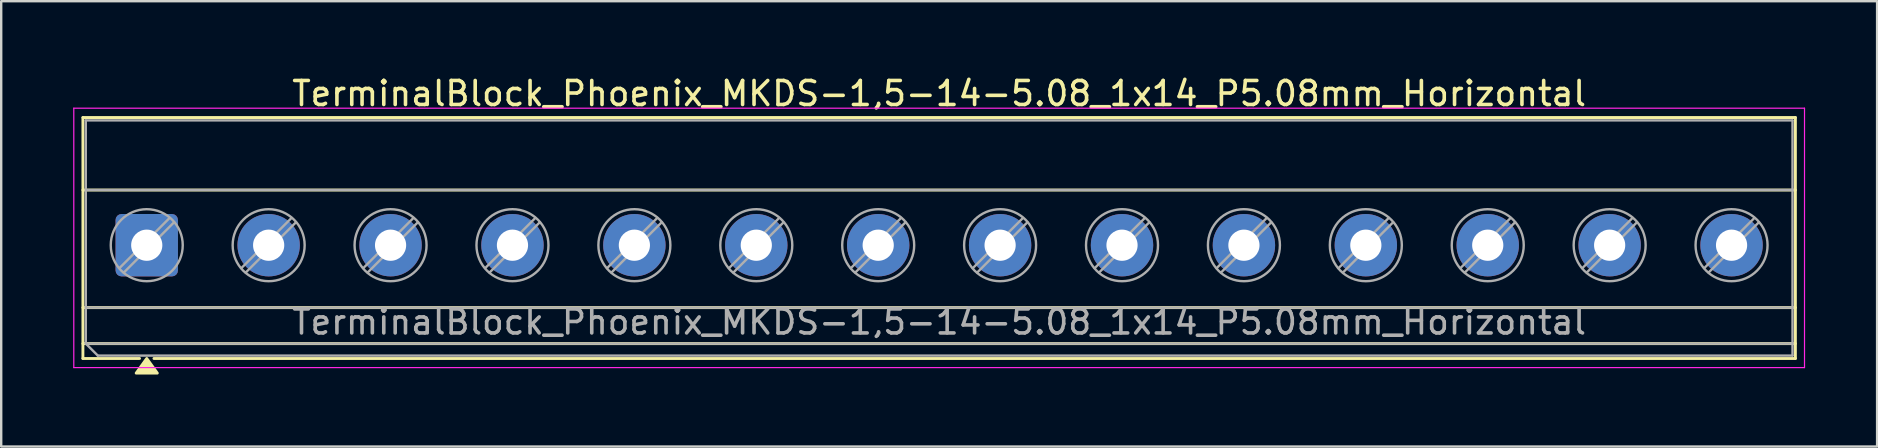
<source format=kicad_pcb>
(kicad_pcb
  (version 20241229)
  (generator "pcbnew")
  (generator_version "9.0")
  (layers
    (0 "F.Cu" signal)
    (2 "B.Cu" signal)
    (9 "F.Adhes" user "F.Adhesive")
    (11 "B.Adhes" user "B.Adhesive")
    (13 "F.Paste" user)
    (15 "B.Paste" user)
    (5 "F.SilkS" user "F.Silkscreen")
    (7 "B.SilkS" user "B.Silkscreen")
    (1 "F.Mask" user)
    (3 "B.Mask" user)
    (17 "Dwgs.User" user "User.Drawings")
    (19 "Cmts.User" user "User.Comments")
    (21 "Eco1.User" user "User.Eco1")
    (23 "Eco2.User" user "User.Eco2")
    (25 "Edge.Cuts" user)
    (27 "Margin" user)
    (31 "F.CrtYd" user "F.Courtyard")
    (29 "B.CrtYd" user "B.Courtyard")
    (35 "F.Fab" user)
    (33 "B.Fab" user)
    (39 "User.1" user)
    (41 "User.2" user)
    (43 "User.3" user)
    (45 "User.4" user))
  (footprint "TerminalBlock_Phoenix_MKDS-1,5-14-5.08_1x14_P5.08mm_Horizontal"
    (layer "F.Cu")
    (at 3.065 7.168)
    (property "Reference" "TerminalBlock_Phoenix_MKDS-1,5-14-5.08_1x14_P5.08mm_Horizontal" (at 33.02 -6.32 0) (layer "F.SilkS") (effects (font (size 1 1) (thickness 0.15))))
    (attr through_hole)
    (fp_line (start -2.66 -5.32) (end 68.7 -5.32) (stroke (width 0.12) (type solid)) (layer "F.SilkS"))
    (fp_line (start -2.66 -2.3) (end 68.7 -2.3) (stroke (width 0.12) (type solid)) (layer "F.SilkS"))
    (fp_line (start -2.66 2.6) (end 68.7 2.6) (stroke (width 0.12) (type solid)) (layer "F.SilkS"))
    (fp_line (start -2.66 4.1) (end 68.7 4.1) (stroke (width 0.12) (type solid)) (layer "F.SilkS"))
    (fp_line (start -2.66 4.72) (end -2.66 -5.32) (stroke (width 0.12) (type solid)) (layer "F.SilkS"))
    (fp_line (start -0.3 4.72) (end -2.66 4.72) (stroke (width 0.12) (type solid)) (layer "F.SilkS"))
    (fp_line (start 68.7 -5.32) (end 68.7 4.72) (stroke (width 0.12) (type solid)) (layer "F.SilkS"))
    (fp_line (start 68.7 4.72) (end 0.3 4.72) (stroke (width 0.12) (type solid)) (layer "F.SilkS"))
    (fp_poly (pts (xy 0 4.72) (xy 0.44 5.33) (xy -0.44 5.33)) (stroke (width 0.12) (type solid)) (fill yes) (layer "F.SilkS"))
    (fp_line (start -3.04 -5.71) (end -3.04 5.1) (stroke (width 0.05) (type solid)) (layer "F.CrtYd"))
    (fp_line (start -3.04 5.1) (end 69.08 5.1) (stroke (width 0.05) (type solid)) (layer "F.CrtYd"))
    (fp_line (start 69.08 -5.71) (end -3.04 -5.71) (stroke (width 0.05) (type solid)) (layer "F.CrtYd"))
    (fp_line (start 69.08 5.1) (end 69.08 -5.71) (stroke (width 0.05) (type solid)) (layer "F.CrtYd"))
    (fp_line (start -2.54 -5.2) (end 68.58 -5.2) (stroke (width 0.1) (type solid)) (layer "F.Fab"))
    (fp_line (start -2.54 -2.3) (end 68.58 -2.3) (stroke (width 0.1) (type solid)) (layer "F.Fab"))
    (fp_line (start -2.54 2.6) (end 68.58 2.6) (stroke (width 0.1) (type solid)) (layer "F.Fab"))
    (fp_line (start -2.54 4.1) (end -2.54 -5.2) (stroke (width 0.1) (type solid)) (layer "F.Fab"))
    (fp_line (start -2.54 4.1) (end 68.58 4.1) (stroke (width 0.1) (type solid)) (layer "F.Fab"))
    (fp_line (start -2.04 4.6) (end -2.54 4.1) (stroke (width 0.1) (type solid)) (layer "F.Fab"))
    (fp_line (start 0.955 -1.138) (end -1.138 0.955) (stroke (width 0.1) (type solid)) (layer "F.Fab"))
    (fp_line (start 1.138 -0.955) (end -0.955 1.138) (stroke (width 0.1) (type solid)) (layer "F.Fab"))
    (fp_line (start 6.035 -1.138) (end 3.942 0.955) (stroke (width 0.1) (type solid)) (layer "F.Fab"))
    (fp_line (start 6.218 -0.955) (end 4.125 1.138) (stroke (width 0.1) (type solid)) (layer "F.Fab"))
    (fp_line (start 11.115 -1.138) (end 9.022 0.955) (stroke (width 0.1) (type solid)) (layer "F.Fab"))
    (fp_line (start 11.298 -0.955) (end 9.205 1.138) (stroke (width 0.1) (type solid)) (layer "F.Fab"))
    (fp_line (start 16.195 -1.138) (end 14.102 0.955) (stroke (width 0.1) (type solid)) (layer "F.Fab"))
    (fp_line (start 16.378 -0.955) (end 14.285 1.138) (stroke (width 0.1) (type solid)) (layer "F.Fab"))
    (fp_line (start 21.275 -1.138) (end 19.182 0.955) (stroke (width 0.1) (type solid)) (layer "F.Fab"))
    (fp_line (start 21.458 -0.955) (end 19.365 1.138) (stroke (width 0.1) (type solid)) (layer "F.Fab"))
    (fp_line (start 26.355 -1.138) (end 24.262 0.955) (stroke (width 0.1) (type solid)) (layer "F.Fab"))
    (fp_line (start 26.538 -0.955) (end 24.445 1.138) (stroke (width 0.1) (type solid)) (layer "F.Fab"))
    (fp_line (start 31.435 -1.138) (end 29.342 0.955) (stroke (width 0.1) (type solid)) (layer "F.Fab"))
    (fp_line (start 31.618 -0.955) (end 29.525 1.138) (stroke (width 0.1) (type solid)) (layer "F.Fab"))
    (fp_line (start 36.515 -1.138) (end 34.422 0.955) (stroke (width 0.1) (type solid)) (layer "F.Fab"))
    (fp_line (start 36.698 -0.955) (end 34.605 1.138) (stroke (width 0.1) (type solid)) (layer "F.Fab"))
    (fp_line (start 41.595 -1.138) (end 39.502 0.955) (stroke (width 0.1) (type solid)) (layer "F.Fab"))
    (fp_line (start 41.778 -0.955) (end 39.685 1.138) (stroke (width 0.1) (type solid)) (layer "F.Fab"))
    (fp_line (start 46.675 -1.138) (end 44.582 0.955) (stroke (width 0.1) (type solid)) (layer "F.Fab"))
    (fp_line (start 46.858 -0.955) (end 44.765 1.138) (stroke (width 0.1) (type solid)) (layer "F.Fab"))
    (fp_line (start 51.755 -1.138) (end 49.662 0.955) (stroke (width 0.1) (type solid)) (layer "F.Fab"))
    (fp_line (start 51.938 -0.955) (end 49.845 1.138) (stroke (width 0.1) (type solid)) (layer "F.Fab"))
    (fp_line (start 56.835 -1.138) (end 54.742 0.955) (stroke (width 0.1) (type solid)) (layer "F.Fab"))
    (fp_line (start 57.018 -0.955) (end 54.925 1.138) (stroke (width 0.1) (type solid)) (layer "F.Fab"))
    (fp_line (start 61.915 -1.138) (end 59.822 0.955) (stroke (width 0.1) (type solid)) (layer "F.Fab"))
    (fp_line (start 62.098 -0.955) (end 60.005 1.138) (stroke (width 0.1) (type solid)) (layer "F.Fab"))
    (fp_line (start 66.995 -1.138) (end 64.902 0.955) (stroke (width 0.1) (type solid)) (layer "F.Fab"))
    (fp_line (start 67.178 -0.955) (end 65.085 1.138) (stroke (width 0.1) (type solid)) (layer "F.Fab"))
    (fp_line (start 68.58 -5.2) (end 68.58 4.6) (stroke (width 0.1) (type solid)) (layer "F.Fab"))
    (fp_line (start 68.58 4.6) (end -2.04 4.6) (stroke (width 0.1) (type solid)) (layer "F.Fab"))
    (fp_circle (center 0 0) (end 1.5 0) (stroke (width 0.1) (type solid)) (fill no) (layer "F.Fab"))
    (fp_circle (center 5.08 0) (end 6.58 0) (stroke (width 0.1) (type solid)) (fill no) (layer "F.Fab"))
    (fp_circle (center 10.16 0) (end 11.66 0) (stroke (width 0.1) (type solid)) (fill no) (layer "F.Fab"))
    (fp_circle (center 15.24 0) (end 16.74 0) (stroke (width 0.1) (type solid)) (fill no) (layer "F.Fab"))
    (fp_circle (center 20.32 0) (end 21.82 0) (stroke (width 0.1) (type solid)) (fill no) (layer "F.Fab"))
    (fp_circle (center 25.4 0) (end 26.9 0) (stroke (width 0.1) (type solid)) (fill no) (layer "F.Fab"))
    (fp_circle (center 30.48 0) (end 31.98 0) (stroke (width 0.1) (type solid)) (fill no) (layer "F.Fab"))
    (fp_circle (center 35.56 0) (end 37.06 0) (stroke (width 0.1) (type solid)) (fill no) (layer "F.Fab"))
    (fp_circle (center 40.64 0) (end 42.14 0) (stroke (width 0.1) (type solid)) (fill no) (layer "F.Fab"))
    (fp_circle (center 45.72 0) (end 47.22 0) (stroke (width 0.1) (type solid)) (fill no) (layer "F.Fab"))
    (fp_circle (center 50.8 0) (end 52.3 0) (stroke (width 0.1) (type solid)) (fill no) (layer "F.Fab"))
    (fp_circle (center 55.88 0) (end 57.38 0) (stroke (width 0.1) (type solid)) (fill no) (layer "F.Fab"))
    (fp_circle (center 60.96 0) (end 62.46 0) (stroke (width 0.1) (type solid)) (fill no) (layer "F.Fab"))
    (fp_circle (center 66.04 0) (end 67.54 0) (stroke (width 0.1) (type solid)) (fill no) (layer "F.Fab"))
    (fp_text user "${REFERENCE}" (at 33.02 3.2 0) (layer "F.Fab") (effects (font (size 1 1) (thickness 0.15))))
    (pad "1" thru_hole roundrect (at 0 0) (size 2.6 2.6) (drill 1.3) (layers "*.Cu" "*.Mask") (roundrect_rratio 0.096))
    (pad "2" thru_hole circle (at 5.08 0) (size 2.6 2.6) (drill 1.3) (layers "*.Cu" "*.Mask"))
    (pad "3" thru_hole circle (at 10.16 0) (size 2.6 2.6) (drill 1.3) (layers "*.Cu" "*.Mask"))
    (pad "4" thru_hole circle (at 15.24 0) (size 2.6 2.6) (drill 1.3) (layers "*.Cu" "*.Mask"))
    (pad "5" thru_hole circle (at 20.32 0) (size 2.6 2.6) (drill 1.3) (layers "*.Cu" "*.Mask"))
    (pad "6" thru_hole circle (at 25.4 0) (size 2.6 2.6) (drill 1.3) (layers "*.Cu" "*.Mask"))
    (pad "7" thru_hole circle (at 30.48 0) (size 2.6 2.6) (drill 1.3) (layers "*.Cu" "*.Mask"))
    (pad "8" thru_hole circle (at 35.56 0) (size 2.6 2.6) (drill 1.3) (layers "*.Cu" "*.Mask"))
    (pad "9" thru_hole circle (at 40.64 0) (size 2.6 2.6) (drill 1.3) (layers "*.Cu" "*.Mask"))
    (pad "10" thru_hole circle (at 45.72 0) (size 2.6 2.6) (drill 1.3) (layers "*.Cu" "*.Mask"))
    (pad "11" thru_hole circle (at 50.8 0) (size 2.6 2.6) (drill 1.3) (layers "*.Cu" "*.Mask"))
    (pad "12" thru_hole circle (at 55.88 0) (size 2.6 2.6) (drill 1.3) (layers "*.Cu" "*.Mask"))
    (pad "13" thru_hole circle (at 60.96 0) (size 2.6 2.6) (drill 1.3) (layers "*.Cu" "*.Mask"))
    (pad "14" thru_hole circle (at 66.04 0) (size 2.6 2.6) (drill 1.3) (layers "*.Cu" "*.Mask")))
  (gr_rect
    (start -3 -3)
    (end 75.17 15.558)
    (stroke (width 0.1) (type default))
    (fill no)
    (layer "Edge.Cuts")))
</source>
